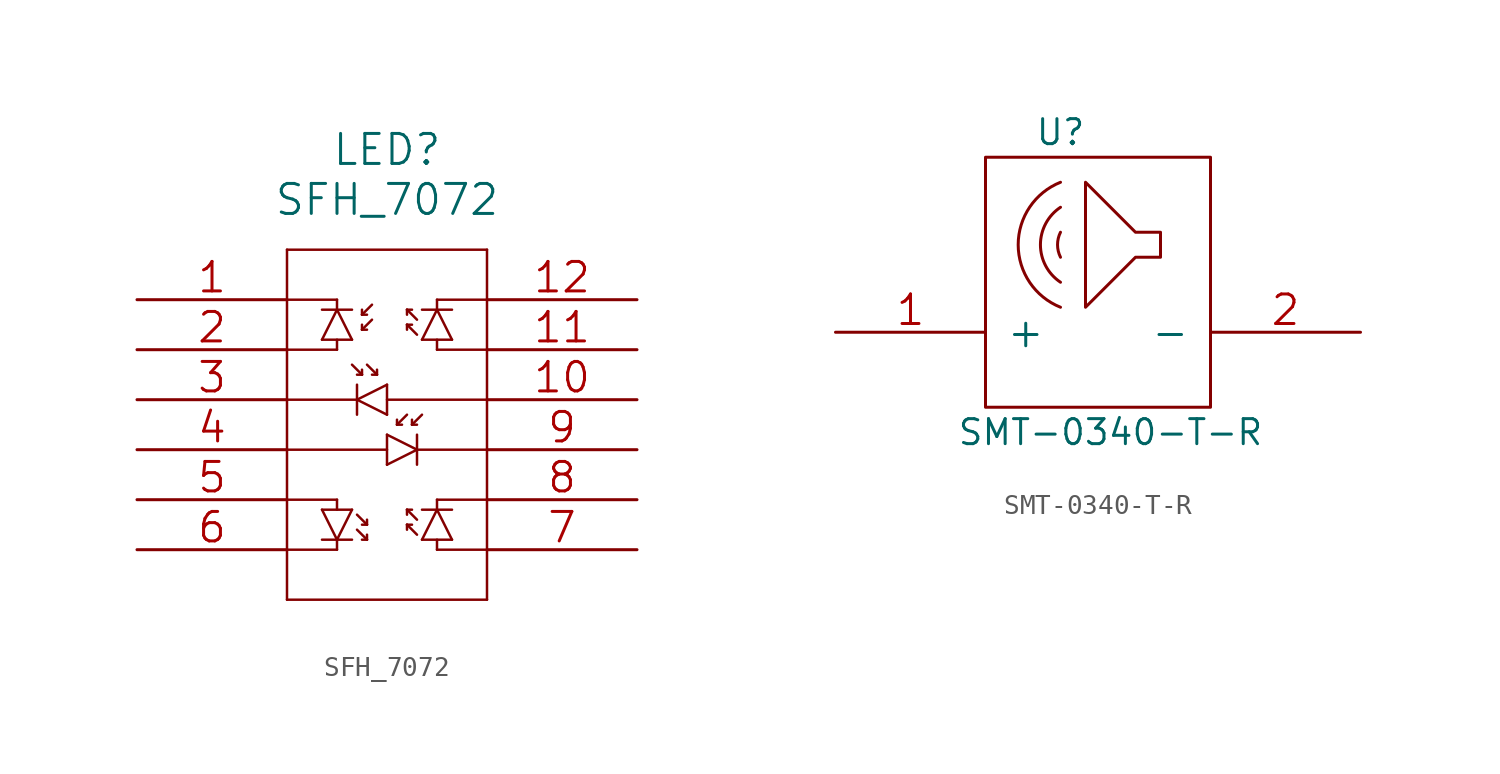
<source format=kicad_sym>
(kicad_symbol_lib
  (version 20211014)
  (generator kicad_symbol_editor)
  (symbol "SFH_7072"
    (pin_names
      (offset 0.254) hide)
    (property "Reference" "LED"
      (at 12.7 7.62 0)
      (effects (font (size 1.524 1.524))))
    (property "Value" "SFH_7072"
      (at 12.7 5.08 0)
      (effects (font (size 1.524 1.524))))
    (property "Datasheet" ""
      (at 0 0 0)
      (effects (font (size 1.524 1.524))))
    (symbol "SFH_7072_1_1"
      (polyline (pts (xy 7.62 -15.24) (xy 17.78 -15.24)) (stroke (width 0.127) (type default) (color 0 0 0 0)) (fill (type none)))
      (polyline (pts (xy 7.62 -10.16) (xy 10.16 -10.16)) (stroke (width 0.127) (type default) (color 0 0 0 0)) (fill (type none)))
      (polyline (pts (xy 7.62 -2.54) (xy 10.16 -2.54)) (stroke (width 0.127) (type default) (color 0 0 0 0)) (fill (type none)))
      (polyline (pts (xy 7.62 2.54) (xy 7.62 -15.24)) (stroke (width 0.127) (type default) (color 0 0 0 0)) (fill (type none)))
      (polyline (pts (xy 9.398 -12.192) (xy 10.922 -12.192)) (stroke (width 0.127) (type default) (color 0 0 0 0)) (fill (type none)))
      (polyline (pts (xy 9.398 -10.668) (xy 10.922 -10.668)) (stroke (width 0.127) (type default) (color 0 0 0 0)) (fill (type none)))
      (polyline (pts (xy 9.398 -2.032) (xy 10.922 -2.032)) (stroke (width 0.127) (type default) (color 0 0 0 0)) (fill (type none)))
      (polyline (pts (xy 9.398 -0.508) (xy 10.922 -0.508)) (stroke (width 0.127) (type default) (color 0 0 0 0)) (fill (type none)))
      (polyline (pts (xy 10.16 -12.7) (xy 7.62 -12.7)) (stroke (width 0.127) (type default) (color 0 0 0 0)) (fill (type none)))
      (polyline (pts (xy 10.16 -12.192) (xy 9.398 -10.668)) (stroke (width 0.127) (type default) (color 0 0 0 0)) (fill (type none)))
      (polyline (pts (xy 10.16 -12.192) (xy 10.16 -12.7)) (stroke (width 0.127) (type default) (color 0 0 0 0)) (fill (type none)))
      (polyline (pts (xy 10.16 -10.668) (xy 10.16 -10.16)) (stroke (width 0.127) (type default) (color 0 0 0 0)) (fill (type none)))
      (polyline (pts (xy 10.16 -2.032) (xy 10.16 -2.54)) (stroke (width 0.127) (type default) (color 0 0 0 0)) (fill (type none)))
      (polyline (pts (xy 10.16 -0.508) (xy 9.398 -2.032)) (stroke (width 0.127) (type default) (color 0 0 0 0)) (fill (type none)))
      (polyline (pts (xy 10.16 -0.508) (xy 10.16 0)) (stroke (width 0.127) (type default) (color 0 0 0 0)) (fill (type none)))
      (polyline (pts (xy 10.16 0) (xy 7.62 0)) (stroke (width 0.127) (type default) (color 0 0 0 0)) (fill (type none)))
      (polyline (pts (xy 10.922 -10.668) (xy 10.16 -12.192)) (stroke (width 0.127) (type default) (color 0 0 0 0)) (fill (type none)))
      (polyline (pts (xy 10.922 -3.302) (xy 11.43 -3.81)) (stroke (width 0.127) (type default) (color 0 0 0 0)) (fill (type none)))
      (polyline (pts (xy 10.922 -2.032) (xy 10.16 -0.508)) (stroke (width 0.127) (type default) (color 0 0 0 0)) (fill (type none)))
      (polyline (pts (xy 11.176 -10.922) (xy 11.684 -11.43)) (stroke (width 0.127) (type default) (color 0 0 0 0)) (fill (type none)))
      (polyline (pts (xy 11.176 -5.842) (xy 11.176 -4.318)) (stroke (width 0.127) (type default) (color 0 0 0 0)) (fill (type none)))
      (polyline (pts (xy 11.176 -5.08) (xy 7.62 -5.08)) (stroke (width 0.127) (type default) (color 0 0 0 0)) (fill (type none)))
      (polyline (pts (xy 11.176 -5.08) (xy 12.7 -5.842)) (stroke (width 0.127) (type default) (color 0 0 0 0)) (fill (type none)))
      (polyline (pts (xy 11.43 -3.81) (xy 11.176 -3.81)) (stroke (width 0.127) (type default) (color 0 0 0 0)) (fill (type none)))
      (polyline (pts (xy 11.43 -3.81) (xy 11.43 -3.556)) (stroke (width 0.127) (type default) (color 0 0 0 0)) (fill (type none)))
      (polyline (pts (xy 11.43 -1.524) (xy 11.684 -1.524)) (stroke (width 0.127) (type default) (color 0 0 0 0)) (fill (type none)))
      (polyline (pts (xy 11.43 -1.524) (xy 11.938 -1.016)) (stroke (width 0.127) (type default) (color 0 0 0 0)) (fill (type none)))
      (polyline (pts (xy 11.43 -1.27) (xy 11.43 -1.524)) (stroke (width 0.127) (type default) (color 0 0 0 0)) (fill (type none)))
      (polyline (pts (xy 11.43 -0.762) (xy 11.43 -0.508)) (stroke (width 0.127) (type default) (color 0 0 0 0)) (fill (type none)))
      (polyline (pts (xy 11.43 -0.762) (xy 11.684 -0.762)) (stroke (width 0.127) (type default) (color 0 0 0 0)) (fill (type none)))
      (polyline (pts (xy 11.684 -12.192) (xy 11.176 -11.684)) (stroke (width 0.127) (type default) (color 0 0 0 0)) (fill (type none)))
      (polyline (pts (xy 11.684 -12.192) (xy 11.43 -12.192)) (stroke (width 0.127) (type default) (color 0 0 0 0)) (fill (type none)))
      (polyline (pts (xy 11.684 -11.938) (xy 11.684 -12.192)) (stroke (width 0.127) (type default) (color 0 0 0 0)) (fill (type none)))
      (polyline (pts (xy 11.684 -11.43) (xy 11.43 -11.43)) (stroke (width 0.127) (type default) (color 0 0 0 0)) (fill (type none)))
      (polyline (pts (xy 11.684 -11.43) (xy 11.684 -11.176)) (stroke (width 0.127) (type default) (color 0 0 0 0)) (fill (type none)))
      (polyline (pts (xy 11.938 -3.81) (xy 12.192 -3.81)) (stroke (width 0.127) (type default) (color 0 0 0 0)) (fill (type none)))
      (polyline (pts (xy 11.938 -0.254) (xy 11.43 -0.762)) (stroke (width 0.127) (type default) (color 0 0 0 0)) (fill (type none)))
      (polyline (pts (xy 12.192 -3.81) (xy 11.684 -3.302)) (stroke (width 0.127) (type default) (color 0 0 0 0)) (fill (type none)))
      (polyline (pts (xy 12.192 -3.81) (xy 12.192 -3.556)) (stroke (width 0.127) (type default) (color 0 0 0 0)) (fill (type none)))
      (polyline (pts (xy 12.7 -8.382) (xy 12.7 -6.858)) (stroke (width 0.127) (type default) (color 0 0 0 0)) (fill (type none)))
      (polyline (pts (xy 12.7 -7.62) (xy 7.62 -7.62)) (stroke (width 0.127) (type default) (color 0 0 0 0)) (fill (type none)))
      (polyline (pts (xy 12.7 -6.858) (xy 14.224 -7.62)) (stroke (width 0.127) (type default) (color 0 0 0 0)) (fill (type none)))
      (polyline (pts (xy 12.7 -5.842) (xy 12.7 -4.318)) (stroke (width 0.127) (type default) (color 0 0 0 0)) (fill (type none)))
      (polyline (pts (xy 12.7 -5.08) (xy 17.78 -5.08)) (stroke (width 0.127) (type default) (color 0 0 0 0)) (fill (type none)))
      (polyline (pts (xy 12.7 -4.318) (xy 11.176 -5.08)) (stroke (width 0.127) (type default) (color 0 0 0 0)) (fill (type none)))
      (polyline (pts (xy 13.208 -6.35) (xy 13.208 -6.096)) (stroke (width 0.127) (type default) (color 0 0 0 0)) (fill (type none)))
      (polyline (pts (xy 13.208 -6.35) (xy 13.716 -5.842)) (stroke (width 0.127) (type default) (color 0 0 0 0)) (fill (type none)))
      (polyline (pts (xy 13.462 -6.35) (xy 13.208 -6.35)) (stroke (width 0.127) (type default) (color 0 0 0 0)) (fill (type none)))
      (polyline (pts (xy 13.716 -11.43) (xy 13.716 -11.684)) (stroke (width 0.127) (type default) (color 0 0 0 0)) (fill (type none)))
      (polyline (pts (xy 13.716 -11.43) (xy 13.97 -11.43)) (stroke (width 0.127) (type default) (color 0 0 0 0)) (fill (type none)))
      (polyline (pts (xy 13.716 -10.922) (xy 13.716 -10.668)) (stroke (width 0.127) (type default) (color 0 0 0 0)) (fill (type none)))
      (polyline (pts (xy 13.716 -10.668) (xy 13.97 -10.668)) (stroke (width 0.127) (type default) (color 0 0 0 0)) (fill (type none)))
      (polyline (pts (xy 13.716 -10.668) (xy 14.224 -11.176)) (stroke (width 0.127) (type default) (color 0 0 0 0)) (fill (type none)))
      (polyline (pts (xy 13.716 -1.27) (xy 13.716 -1.524)) (stroke (width 0.127) (type default) (color 0 0 0 0)) (fill (type none)))
      (polyline (pts (xy 13.716 -1.27) (xy 13.97 -1.27)) (stroke (width 0.127) (type default) (color 0 0 0 0)) (fill (type none)))
      (polyline (pts (xy 13.716 -0.762) (xy 13.716 -0.508)) (stroke (width 0.127) (type default) (color 0 0 0 0)) (fill (type none)))
      (polyline (pts (xy 13.716 -0.508) (xy 13.97 -0.508)) (stroke (width 0.127) (type default) (color 0 0 0 0)) (fill (type none)))
      (polyline (pts (xy 13.716 -0.508) (xy 14.224 -1.016)) (stroke (width 0.127) (type default) (color 0 0 0 0)) (fill (type none)))
      (polyline (pts (xy 13.97 -6.35) (xy 13.97 -6.096)) (stroke (width 0.127) (type default) (color 0 0 0 0)) (fill (type none)))
      (polyline (pts (xy 13.97 -6.35) (xy 14.224 -6.35)) (stroke (width 0.127) (type default) (color 0 0 0 0)) (fill (type none)))
      (polyline (pts (xy 14.224 -11.938) (xy 13.716 -11.43)) (stroke (width 0.127) (type default) (color 0 0 0 0)) (fill (type none)))
      (polyline (pts (xy 14.224 -8.382) (xy 14.224 -6.858)) (stroke (width 0.127) (type default) (color 0 0 0 0)) (fill (type none)))
      (polyline (pts (xy 14.224 -7.62) (xy 12.7 -8.382)) (stroke (width 0.127) (type default) (color 0 0 0 0)) (fill (type none)))
      (polyline (pts (xy 14.224 -7.62) (xy 17.78 -7.62)) (stroke (width 0.127) (type default) (color 0 0 0 0)) (fill (type none)))
      (polyline (pts (xy 14.224 -1.778) (xy 13.716 -1.27)) (stroke (width 0.127) (type default) (color 0 0 0 0)) (fill (type none)))
      (polyline (pts (xy 14.478 -12.192) (xy 15.24 -10.668)) (stroke (width 0.127) (type default) (color 0 0 0 0)) (fill (type none)))
      (polyline (pts (xy 14.478 -5.842) (xy 13.97 -6.35)) (stroke (width 0.127) (type default) (color 0 0 0 0)) (fill (type none)))
      (polyline (pts (xy 14.478 -2.032) (xy 15.24 -0.508)) (stroke (width 0.127) (type default) (color 0 0 0 0)) (fill (type none)))
      (polyline (pts (xy 15.24 -12.192) (xy 15.24 -12.7)) (stroke (width 0.127) (type default) (color 0 0 0 0)) (fill (type none)))
      (polyline (pts (xy 15.24 -10.668) (xy 15.24 -10.16)) (stroke (width 0.127) (type default) (color 0 0 0 0)) (fill (type none)))
      (polyline (pts (xy 15.24 -10.668) (xy 16.002 -12.192)) (stroke (width 0.127) (type default) (color 0 0 0 0)) (fill (type none)))
      (polyline (pts (xy 15.24 -10.16) (xy 17.78 -10.16)) (stroke (width 0.127) (type default) (color 0 0 0 0)) (fill (type none)))
      (polyline (pts (xy 15.24 -2.032) (xy 15.24 -2.54)) (stroke (width 0.127) (type default) (color 0 0 0 0)) (fill (type none)))
      (polyline (pts (xy 15.24 -0.508) (xy 15.24 0)) (stroke (width 0.127) (type default) (color 0 0 0 0)) (fill (type none)))
      (polyline (pts (xy 15.24 -0.508) (xy 16.002 -2.032)) (stroke (width 0.127) (type default) (color 0 0 0 0)) (fill (type none)))
      (polyline (pts (xy 15.24 0) (xy 17.78 0)) (stroke (width 0.127) (type default) (color 0 0 0 0)) (fill (type none)))
      (polyline (pts (xy 16.002 -12.192) (xy 14.478 -12.192)) (stroke (width 0.127) (type default) (color 0 0 0 0)) (fill (type none)))
      (polyline (pts (xy 16.002 -10.668) (xy 14.478 -10.668)) (stroke (width 0.127) (type default) (color 0 0 0 0)) (fill (type none)))
      (polyline (pts (xy 16.002 -2.032) (xy 14.478 -2.032)) (stroke (width 0.127) (type default) (color 0 0 0 0)) (fill (type none)))
      (polyline (pts (xy 16.002 -0.508) (xy 14.478 -0.508)) (stroke (width 0.127) (type default) (color 0 0 0 0)) (fill (type none)))
      (polyline (pts (xy 17.78 -15.24) (xy 17.78 2.54)) (stroke (width 0.127) (type default) (color 0 0 0 0)) (fill (type none)))
      (polyline (pts (xy 17.78 -12.7) (xy 15.24 -12.7)) (stroke (width 0.127) (type default) (color 0 0 0 0)) (fill (type none)))
      (polyline (pts (xy 17.78 -2.54) (xy 15.24 -2.54)) (stroke (width 0.127) (type default) (color 0 0 0 0)) (fill (type none)))
      (polyline (pts (xy 17.78 2.54) (xy 7.62 2.54)) (stroke (width 0.127) (type default) (color 0 0 0 0)) (fill (type none)))
      (pin unspecified line (at 0 0 0) (length 7.62) (name "1" (effects (font (size 1.499 1.499)))) (number "1" (effects (font (size 1.499 1.499)))))
      (pin unspecified line (at 25.4 -5.08 180) (length 7.62) (name "10" (effects (font (size 1.499 1.499)))) (number "10" (effects (font (size 1.499 1.499)))))
      (pin unspecified line (at 25.4 -2.54 180) (length 7.62) (name "11" (effects (font (size 1.499 1.499)))) (number "11" (effects (font (size 1.499 1.499)))))
      (pin unspecified line (at 25.4 0 180) (length 7.62) (name "12" (effects (font (size 1.499 1.499)))) (number "12" (effects (font (size 1.499 1.499)))))
      (pin unspecified line (at 0 -2.54 0) (length 7.62) (name "2" (effects (font (size 1.499 1.499)))) (number "2" (effects (font (size 1.499 1.499)))))
      (pin unspecified line (at 0 -5.08 0) (length 7.62) (name "3" (effects (font (size 1.499 1.499)))) (number "3" (effects (font (size 1.499 1.499)))))
      (pin unspecified line (at 0 -7.62 0) (length 7.62) (name "4" (effects (font (size 1.499 1.499)))) (number "4" (effects (font (size 1.499 1.499)))))
      (pin unspecified line (at 0 -10.16 0) (length 7.62) (name "5" (effects (font (size 1.499 1.499)))) (number "5" (effects (font (size 1.499 1.499)))))
      (pin unspecified line (at 0 -12.7 0) (length 7.62) (name "6" (effects (font (size 1.499 1.499)))) (number "6" (effects (font (size 1.499 1.499)))))
      (pin unspecified line (at 25.4 -12.7 180) (length 7.62) (name "7" (effects (font (size 1.499 1.499)))) (number "7" (effects (font (size 1.499 1.499)))))
      (pin unspecified line (at 25.4 -10.16 180) (length 7.62) (name "8" (effects (font (size 1.499 1.499)))) (number "8" (effects (font (size 1.499 1.499)))))
      (pin unspecified line (at 25.4 -7.62 180) (length 7.62) (name "9" (effects (font (size 1.499 1.499)))) (number "9" (effects (font (size 1.499 1.499)))))))
  (symbol "SMT-0340-T-R"
    (pin_names
      (offset 1.016))
    (property "Reference" "U"
      (at 3.81 13.97 0)
      (effects (font (size 1.27 1.27))))
    (property "Value" "SMT-0340-T-R"
      (at 6.35 -1.27 0)
      (effects (font (size 1.27 1.27))))
    (symbol "SMT-0340-T-R_0_1"
      (polyline (pts (xy 5.08 11.43) (xy 5.08 7.62) (xy 5.08 5.08) (xy 7.62 7.62) (xy 8.89 7.62) (xy 8.89 8.89) (xy 7.62 8.89) (xy 5.08 11.43)) (stroke (width 0) (type default) (color 0 0 0 0)) (fill (type none)))
      (rectangle (start 0 0) (end 11.43 12.7) (stroke (width 0) (type default) (color 0 0 0 0)) (fill (type none)))
      (arc (start 3.81 8.89) (mid 3.6601 8.255) (end 3.81 7.62) (stroke (width 0) (type default) (color 0 0 0 0)) (fill (type none)))
      (arc (start 3.81 10.16) (mid 2.7905 8.255) (end 3.81 6.35) (stroke (width 0) (type default) (color 0 0 0 0)) (fill (type none)))
      (arc (start 3.81 11.43) (mid 1.6604 8.255) (end 3.81 5.08) (stroke (width 0) (type default) (color 0 0 0 0)) (fill (type none))))
    (symbol "SMT-0340-T-R_1_1"
      (pin bidirectional line (at -7.62 3.81 0) (length 7.62) (name "+" (effects (font (size 1.499 1.499)))) (number "1" (effects (font (size 1.499 1.499)))))
      (pin bidirectional line (at 19.05 3.81 180) (length 7.62) (name "-" (effects (font (size 1.499 1.499)))) (number "2" (effects (font (size 1.499 1.499))))))))
</source>
